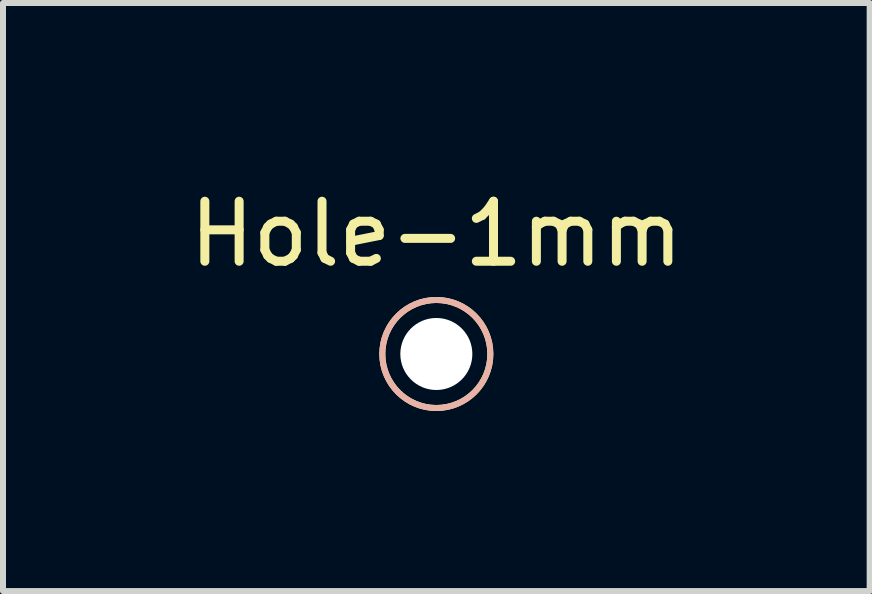
<source format=kicad_pcb>
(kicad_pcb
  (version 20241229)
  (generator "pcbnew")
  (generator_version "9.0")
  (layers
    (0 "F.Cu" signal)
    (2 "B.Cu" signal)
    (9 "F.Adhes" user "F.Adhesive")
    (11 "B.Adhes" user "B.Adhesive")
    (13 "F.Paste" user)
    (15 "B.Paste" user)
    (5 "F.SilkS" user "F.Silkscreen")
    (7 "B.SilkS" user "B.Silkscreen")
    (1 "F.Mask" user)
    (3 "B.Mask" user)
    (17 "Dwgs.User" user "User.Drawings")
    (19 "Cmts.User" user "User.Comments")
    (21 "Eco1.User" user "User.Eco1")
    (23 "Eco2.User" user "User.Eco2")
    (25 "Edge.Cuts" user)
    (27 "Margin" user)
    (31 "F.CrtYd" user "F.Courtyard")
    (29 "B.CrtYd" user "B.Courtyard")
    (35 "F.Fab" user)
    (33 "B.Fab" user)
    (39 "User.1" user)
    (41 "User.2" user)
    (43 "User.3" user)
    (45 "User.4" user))
  (footprint "Hole-1mm"
    (layer "F.Cu")
    (at 4.22 2.848)
    (property "Reference" "Hole-1mm" (at 0 -2 0) (unlocked yes) (layer "F.SilkS") (effects (font (size 1 1) (thickness 0.15))))
    (attr through_hole)
    (fp_circle (center 0 0) (end 0.9 0) (stroke (width 0.1) (type solid)) (fill no) (layer "F.SilkS"))
    (fp_circle (center 0 0) (end 0.9 0) (stroke (width 0.1) (type solid)) (fill no) (layer "B.SilkS"))
    (fp_circle (center 0 0) (end 0.9 0) (stroke (width 0.1) (type default)) (fill no) (layer "Margin"))
    (pad "" np_thru_hole circle (at 0 0) (size 1.2 1.2) (drill 1.2) (layers "*.Cu" "*.Mask")))
  (gr_rect
    (start -3 -3)
    (end 11.44 6.798)
    (stroke (width 0.1) (type default))
    (fill no)
    (layer "Edge.Cuts")))
</source>
